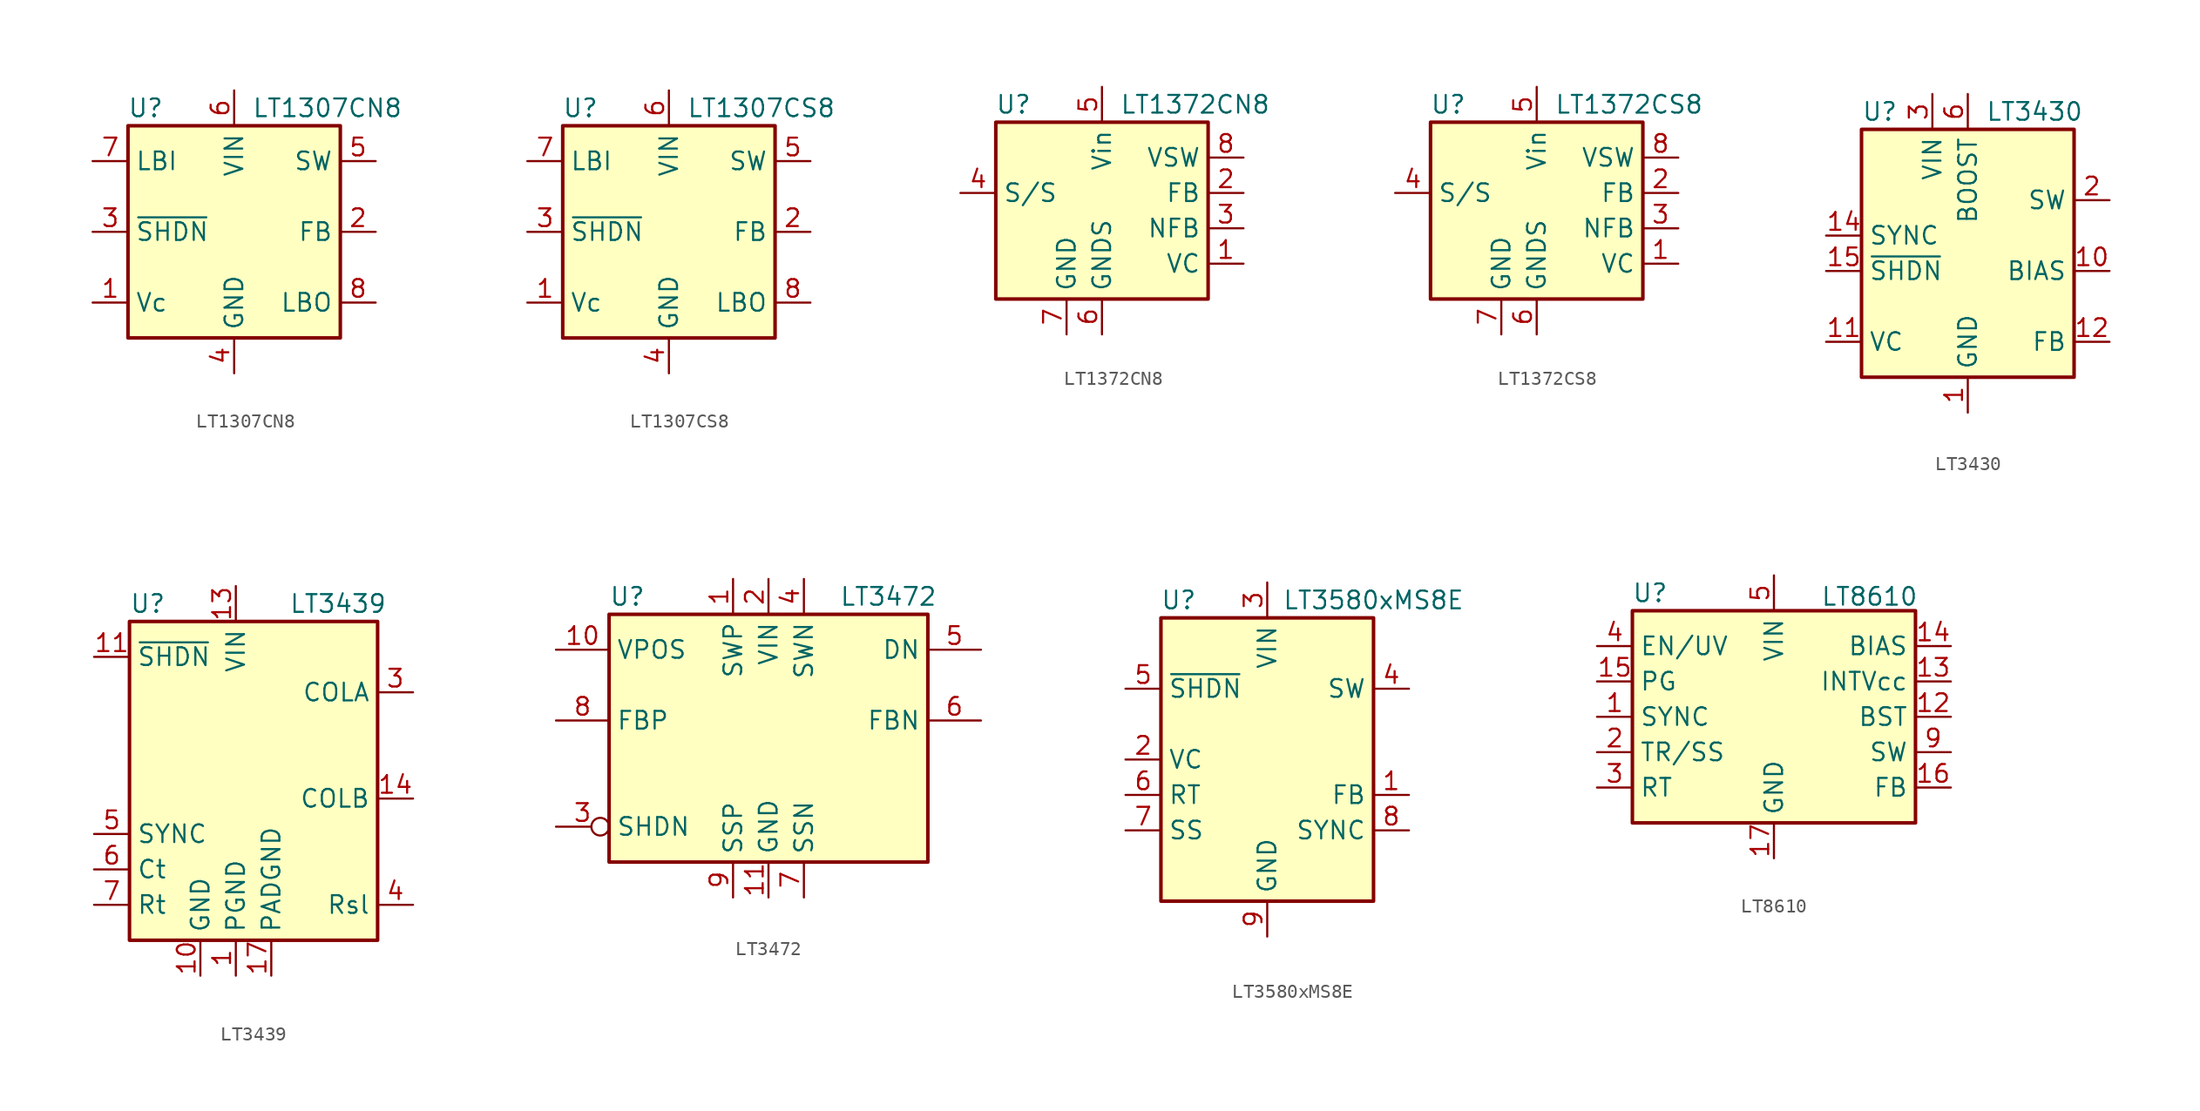
<source format=kicad_sym>
(kicad_symbol_lib
  (version 20201005)
  (generator kicad_symbol_editor)
  (symbol "LT1307CN8"
    (property "Reference" "U"
      (at -6.35 8.89 0)
      (effects (font (size 1.27 1.27))))
    (property "Value" "LT1307CN8"
      (at 1.27 8.89 0)
      (effects (font (size 1.27 1.27)) (justify left)))
    (symbol "LT1307CN8_0_1"
      (rectangle (start -7.62 -7.62) (end 7.62 7.62) (stroke (width 0.254)) (fill (type background))))
    (symbol "LT1307CN8_1_1"
      (pin input line (at -10.16 -5.08 0) (length 2.54) (name "Vc" (effects (font (size 1.27 1.27)))) (number "1" (effects (font (size 1.27 1.27)))))
      (pin input line (at 10.16 0 180) (length 2.54) (name "FB" (effects (font (size 1.27 1.27)))) (number "2" (effects (font (size 1.27 1.27)))))
      (pin input line (at -10.16 0 0) (length 2.54) (name "~SHDN" (effects (font (size 1.27 1.27)))) (number "3" (effects (font (size 1.27 1.27)))))
      (pin power_in line (at 0 -10.16 90) (length 2.54) (name "GND" (effects (font (size 1.27 1.27)))) (number "4" (effects (font (size 1.27 1.27)))))
      (pin open_collector line (at 10.16 5.08 180) (length 2.54) (name "SW" (effects (font (size 1.27 1.27)))) (number "5" (effects (font (size 1.27 1.27)))))
      (pin power_in line (at 0 10.16 270) (length 2.54) (name "VIN" (effects (font (size 1.27 1.27)))) (number "6" (effects (font (size 1.27 1.27)))))
      (pin input line (at -10.16 5.08 0) (length 2.54) (name "LBI" (effects (font (size 1.27 1.27)))) (number "7" (effects (font (size 1.27 1.27)))))
      (pin output line (at 10.16 -5.08 180) (length 2.54) (name "LBO" (effects (font (size 1.27 1.27)))) (number "8" (effects (font (size 1.27 1.27)))))))
  (symbol "LT1307CS8"
    (property "Reference" "U"
      (at -6.35 8.89 0)
      (effects (font (size 1.27 1.27))))
    (property "Value" "LT1307CS8"
      (at 1.27 8.89 0)
      (effects (font (size 1.27 1.27)) (justify left)))
    (symbol "LT1307CS8_0_1"
      (rectangle (start -7.62 -7.62) (end 7.62 7.62) (stroke (width 0.254)) (fill (type background))))
    (symbol "LT1307CS8_1_1"
      (pin input line (at -10.16 -5.08 0) (length 2.54) (name "Vc" (effects (font (size 1.27 1.27)))) (number "1" (effects (font (size 1.27 1.27)))))
      (pin input line (at 10.16 0 180) (length 2.54) (name "FB" (effects (font (size 1.27 1.27)))) (number "2" (effects (font (size 1.27 1.27)))))
      (pin input line (at -10.16 0 0) (length 2.54) (name "~SHDN" (effects (font (size 1.27 1.27)))) (number "3" (effects (font (size 1.27 1.27)))))
      (pin power_in line (at 0 -10.16 90) (length 2.54) (name "GND" (effects (font (size 1.27 1.27)))) (number "4" (effects (font (size 1.27 1.27)))))
      (pin open_collector line (at 10.16 5.08 180) (length 2.54) (name "SW" (effects (font (size 1.27 1.27)))) (number "5" (effects (font (size 1.27 1.27)))))
      (pin power_in line (at 0 10.16 270) (length 2.54) (name "VIN" (effects (font (size 1.27 1.27)))) (number "6" (effects (font (size 1.27 1.27)))))
      (pin input line (at -10.16 5.08 0) (length 2.54) (name "LBI" (effects (font (size 1.27 1.27)))) (number "7" (effects (font (size 1.27 1.27)))))
      (pin output line (at 10.16 -5.08 180) (length 2.54) (name "LBO" (effects (font (size 1.27 1.27)))) (number "8" (effects (font (size 1.27 1.27)))))))
  (symbol "LT1372CN8"
    (property "Reference" "U"
      (at -6.35 8.89 0)
      (effects (font (size 1.27 1.27))))
    (property "Value" "LT1372CN8"
      (at 1.27 8.89 0)
      (effects (font (size 1.27 1.27)) (justify left)))
    (symbol "LT1372CN8_0_1"
      (rectangle (start -7.62 7.62) (end 7.62 -5.08) (stroke (width 0.254)) (fill (type background))))
    (symbol "LT1372CN8_1_1"
      (pin passive line (at 10.16 -2.54 180) (length 2.54) (name "VC" (effects (font (size 1.27 1.27)))) (number "1" (effects (font (size 1.27 1.27)))))
      (pin passive line (at 10.16 2.54 180) (length 2.54) (name "FB" (effects (font (size 1.27 1.27)))) (number "2" (effects (font (size 1.27 1.27)))))
      (pin input line (at 10.16 0 180) (length 2.54) (name "NFB" (effects (font (size 1.27 1.27)))) (number "3" (effects (font (size 1.27 1.27)))))
      (pin input line (at -10.16 2.54 0) (length 2.54) (name "S/S" (effects (font (size 1.27 1.27)))) (number "4" (effects (font (size 1.27 1.27)))))
      (pin power_in line (at 0 10.16 270) (length 2.54) (name "Vin" (effects (font (size 1.27 1.27)))) (number "5" (effects (font (size 1.27 1.27)))))
      (pin power_in line (at 0 -7.62 90) (length 2.54) (name "GNDS" (effects (font (size 1.27 1.27)))) (number "6" (effects (font (size 1.27 1.27)))))
      (pin power_in line (at -2.54 -7.62 90) (length 2.54) (name "GND" (effects (font (size 1.27 1.27)))) (number "7" (effects (font (size 1.27 1.27)))))
      (pin output line (at 10.16 5.08 180) (length 2.54) (name "VSW" (effects (font (size 1.27 1.27)))) (number "8" (effects (font (size 1.27 1.27)))))))
  (symbol "LT1372CS8"
    (property "Reference" "U"
      (at -6.35 8.89 0)
      (effects (font (size 1.27 1.27))))
    (property "Value" "LT1372CS8"
      (at 1.27 8.89 0)
      (effects (font (size 1.27 1.27)) (justify left)))
    (symbol "LT1372CS8_0_1"
      (rectangle (start -7.62 7.62) (end 7.62 -5.08) (stroke (width 0.254)) (fill (type background))))
    (symbol "LT1372CS8_1_1"
      (pin passive line (at 10.16 -2.54 180) (length 2.54) (name "VC" (effects (font (size 1.27 1.27)))) (number "1" (effects (font (size 1.27 1.27)))))
      (pin passive line (at 10.16 2.54 180) (length 2.54) (name "FB" (effects (font (size 1.27 1.27)))) (number "2" (effects (font (size 1.27 1.27)))))
      (pin input line (at 10.16 0 180) (length 2.54) (name "NFB" (effects (font (size 1.27 1.27)))) (number "3" (effects (font (size 1.27 1.27)))))
      (pin input line (at -10.16 2.54 0) (length 2.54) (name "S/S" (effects (font (size 1.27 1.27)))) (number "4" (effects (font (size 1.27 1.27)))))
      (pin power_in line (at 0 10.16 270) (length 2.54) (name "Vin" (effects (font (size 1.27 1.27)))) (number "5" (effects (font (size 1.27 1.27)))))
      (pin power_in line (at 0 -7.62 90) (length 2.54) (name "GNDS" (effects (font (size 1.27 1.27)))) (number "6" (effects (font (size 1.27 1.27)))))
      (pin power_in line (at -2.54 -7.62 90) (length 2.54) (name "GND" (effects (font (size 1.27 1.27)))) (number "7" (effects (font (size 1.27 1.27)))))
      (pin output line (at 10.16 5.08 180) (length 2.54) (name "VSW" (effects (font (size 1.27 1.27)))) (number "8" (effects (font (size 1.27 1.27)))))))
  (symbol "LT3430"
    (property "Reference" "U"
      (at -7.62 8.89 0)
      (effects (font (size 1.27 1.27)) (justify left)))
    (property "Value" "LT3430"
      (at 1.27 8.89 0)
      (effects (font (size 1.27 1.27)) (justify left)))
    (symbol "LT3430_0_1"
      (rectangle (start -7.62 7.62) (end 7.62 -10.16) (stroke (width 0.254)) (fill (type background))))
    (symbol "LT3430_1_1"
      (pin power_in line (at 0 -12.7 90) (length 2.54) (name "GND" (effects (font (size 1.27 1.27)))) (number "1" (effects (font (size 1.27 1.27)))))
      (pin input line (at 10.16 -2.54 180) (length 2.54) (name "BIAS" (effects (font (size 1.27 1.27)))) (number "10" (effects (font (size 1.27 1.27)))))
      (pin input line (at -10.16 -7.62 0) (length 2.54) (name "VC" (effects (font (size 1.27 1.27)))) (number "11" (effects (font (size 1.27 1.27)))))
      (pin input line (at 10.16 -7.62 180) (length 2.54) (name "FB" (effects (font (size 1.27 1.27)))) (number "12" (effects (font (size 1.27 1.27)))))
      (pin input line (at -10.16 0 0) (length 2.54) (name "SYNC" (effects (font (size 1.27 1.27)))) (number "14" (effects (font (size 1.27 1.27)))))
      (pin input line (at -10.16 -2.54 0) (length 2.54) (name "~SHDN" (effects (font (size 1.27 1.27)))) (number "15" (effects (font (size 1.27 1.27)))))
      (pin passive line (at 0 -12.7 90) (length 2.54) hide (name "GND" (effects (font (size 1.27 1.27)))) (number "16" (effects (font (size 1.27 1.27)))))
      (pin passive line (at 0 -12.7 90) (length 2.54) hide (name "GND" (effects (font (size 1.27 1.27)))) (number "17" (effects (font (size 1.27 1.27)))))
      (pin output line (at 10.16 2.54 180) (length 2.54) (name "SW" (effects (font (size 1.27 1.27)))) (number "2" (effects (font (size 1.27 1.27)))))
      (pin power_in line (at -2.54 10.16 270) (length 2.54) (name "VIN" (effects (font (size 1.27 1.27)))) (number "3" (effects (font (size 1.27 1.27)))))
      (pin passive line (at -2.54 10.16 270) (length 2.54) hide (name "VIN" (effects (font (size 1.27 1.27)))) (number "4" (effects (font (size 1.27 1.27)))))
      (pin passive line (at 10.16 2.54 180) (length 2.54) hide (name "SW" (effects (font (size 1.27 1.27)))) (number "5" (effects (font (size 1.27 1.27)))))
      (pin input line (at 0 10.16 270) (length 2.54) (name "BOOST" (effects (font (size 1.27 1.27)))) (number "6" (effects (font (size 1.27 1.27)))))
      (pin passive line (at 0 -12.7 90) (length 2.54) hide (name "GND" (effects (font (size 1.27 1.27)))) (number "8" (effects (font (size 1.27 1.27)))))
      (pin passive line (at 0 -12.7 90) (length 2.54) hide (name "GND" (effects (font (size 1.27 1.27)))) (number "9" (effects (font (size 1.27 1.27)))))))
  (symbol "LT3439"
    (property "Reference" "U"
      (at -7.62 11.43 0)
      (effects (font (size 1.27 1.27)) (justify left)))
    (property "Value" "LT3439"
      (at 3.81 11.43 0)
      (effects (font (size 1.27 1.27)) (justify left)))
    (symbol "LT3439_0_1"
      (rectangle (start -7.62 10.16) (end 10.16 -12.7) (stroke (width 0.254)) (fill (type background))))
    (symbol "LT3439_1_1"
      (pin power_in line (at 0 -15.24 90) (length 2.54) (name "PGND" (effects (font (size 1.27 1.27)))) (number "1" (effects (font (size 1.27 1.27)))))
      (pin power_in line (at -2.54 -15.24 90) (length 2.54) (name "GND" (effects (font (size 1.27 1.27)))) (number "10" (effects (font (size 1.27 1.27)))))
      (pin input line (at -10.16 7.62 0) (length 2.54) (name "~SHDN~" (effects (font (size 1.27 1.27)))) (number "11" (effects (font (size 1.27 1.27)))))
      (pin no_connect line (at -7.62 -2.54 0) (length 2.54) hide (name "NC" (effects (font (size 1.27 1.27)))) (number "12" (effects (font (size 1.27 1.27)))))
      (pin power_in line (at 0 12.7 270) (length 2.54) (name "VIN" (effects (font (size 1.27 1.27)))) (number "13" (effects (font (size 1.27 1.27)))))
      (pin output line (at 12.7 -2.54 180) (length 2.54) (name "COLB" (effects (font (size 1.27 1.27)))) (number "14" (effects (font (size 1.27 1.27)))))
      (pin no_connect line (at 10.16 0 180) (length 2.54) hide (name "NC" (effects (font (size 1.27 1.27)))) (number "15" (effects (font (size 1.27 1.27)))))
      (pin passive line (at 0 -15.24 90) (length 2.54) hide (name "PGND" (effects (font (size 1.27 1.27)))) (number "16" (effects (font (size 1.27 1.27)))))
      (pin power_in line (at 2.54 -15.24 90) (length 2.54) (name "PADGND" (effects (font (size 1.27 1.27)))) (number "17" (effects (font (size 1.27 1.27)))))
      (pin no_connect line (at -7.62 5.08 0) (length 2.54) hide (name "NC" (effects (font (size 1.27 1.27)))) (number "2" (effects (font (size 1.27 1.27)))))
      (pin output line (at 12.7 5.08 180) (length 2.54) (name "COLA" (effects (font (size 1.27 1.27)))) (number "3" (effects (font (size 1.27 1.27)))))
      (pin passive line (at 12.7 -10.16 180) (length 2.54) (name "Rsl" (effects (font (size 1.27 1.27)))) (number "4" (effects (font (size 1.27 1.27)))))
      (pin passive line (at -10.16 -5.08 0) (length 2.54) (name "SYNC" (effects (font (size 1.27 1.27)))) (number "5" (effects (font (size 1.27 1.27)))))
      (pin passive line (at -10.16 -7.62 0) (length 2.54) (name "Ct" (effects (font (size 1.27 1.27)))) (number "6" (effects (font (size 1.27 1.27)))))
      (pin passive line (at -10.16 -10.16 0) (length 2.54) (name "Rt" (effects (font (size 1.27 1.27)))) (number "7" (effects (font (size 1.27 1.27)))))
      (pin no_connect line (at -7.62 2.54 0) (length 2.54) hide (name "NC" (effects (font (size 1.27 1.27)))) (number "8" (effects (font (size 1.27 1.27)))))
      (pin no_connect line (at -7.62 0 0) (length 2.54) hide (name "NC" (effects (font (size 1.27 1.27)))) (number "9" (effects (font (size 1.27 1.27)))))))
  (symbol "LT3472"
    (property "Reference" "U"
      (at -11.43 8.89 0)
      (effects (font (size 1.27 1.27)) (justify left)))
    (property "Value" "LT3472"
      (at 5.08 8.89 0)
      (effects (font (size 1.27 1.27)) (justify left)))
    (symbol "LT3472_0_1"
      (rectangle (start -11.43 7.62) (end 11.43 -10.16) (stroke (width 0.254)) (fill (type background))))
    (symbol "LT3472_1_1"
      (pin power_in line (at -2.54 10.16 270) (length 2.54) (name "SWP" (effects (font (size 1.27 1.27)))) (number "1" (effects (font (size 1.27 1.27)))))
      (pin output line (at -15.24 5.08 0) (length 3.81) (name "VPOS" (effects (font (size 1.27 1.27)))) (number "10" (effects (font (size 1.27 1.27)))))
      (pin power_in line (at 0 -12.7 90) (length 2.54) (name "GND" (effects (font (size 1.27 1.27)))) (number "11" (effects (font (size 1.27 1.27)))))
      (pin power_in line (at 0 10.16 270) (length 2.54) (name "VIN" (effects (font (size 1.27 1.27)))) (number "2" (effects (font (size 1.27 1.27)))))
      (pin input inverted (at -15.24 -7.62 0) (length 3.81) (name "SHDN" (effects (font (size 1.27 1.27)))) (number "3" (effects (font (size 1.27 1.27)))))
      (pin power_in line (at 2.54 10.16 270) (length 2.54) (name "SWN" (effects (font (size 1.27 1.27)))) (number "4" (effects (font (size 1.27 1.27)))))
      (pin input line (at 15.24 5.08 180) (length 3.81) (name "DN" (effects (font (size 1.27 1.27)))) (number "5" (effects (font (size 1.27 1.27)))))
      (pin input line (at 15.24 0 180) (length 3.81) (name "FBN" (effects (font (size 1.27 1.27)))) (number "6" (effects (font (size 1.27 1.27)))))
      (pin power_in line (at 2.54 -12.7 90) (length 2.54) (name "SSN" (effects (font (size 1.27 1.27)))) (number "7" (effects (font (size 1.27 1.27)))))
      (pin input line (at -15.24 0 0) (length 3.81) (name "FBP" (effects (font (size 1.27 1.27)))) (number "8" (effects (font (size 1.27 1.27)))))
      (pin power_in line (at -2.54 -12.7 90) (length 2.54) (name "SSP" (effects (font (size 1.27 1.27)))) (number "9" (effects (font (size 1.27 1.27)))))))
  (symbol "LT3580xMS8E"
    (property "Reference" "U"
      (at -6.35 11.43 0)
      (effects (font (size 1.27 1.27))))
    (property "Value" "LT3580xMS8E"
      (at 7.62 11.43 0)
      (effects (font (size 1.27 1.27))))
    (symbol "LT3580xMS8E_0_1"
      (rectangle (start -7.62 10.16) (end 7.62 -10.16) (stroke (width 0.254)) (fill (type background))))
    (symbol "LT3580xMS8E_1_1"
      (pin input line (at 10.16 -2.54 180) (length 2.54) (name "FB" (effects (font (size 1.27 1.27)))) (number "1" (effects (font (size 1.27 1.27)))))
      (pin passive line (at -10.16 0 0) (length 2.54) (name "VC" (effects (font (size 1.27 1.27)))) (number "2" (effects (font (size 1.27 1.27)))))
      (pin power_in line (at 0 12.7 270) (length 2.54) (name "VIN" (effects (font (size 1.27 1.27)))) (number "3" (effects (font (size 1.27 1.27)))))
      (pin open_collector line (at 10.16 5.08 180) (length 2.54) (name "SW" (effects (font (size 1.27 1.27)))) (number "4" (effects (font (size 1.27 1.27)))))
      (pin input line (at -10.16 5.08 0) (length 2.54) (name "~SHDN" (effects (font (size 1.27 1.27)))) (number "5" (effects (font (size 1.27 1.27)))))
      (pin passive line (at -10.16 -2.54 0) (length 2.54) (name "RT" (effects (font (size 1.27 1.27)))) (number "6" (effects (font (size 1.27 1.27)))))
      (pin passive line (at -10.16 -5.08 0) (length 2.54) (name "SS" (effects (font (size 1.27 1.27)))) (number "7" (effects (font (size 1.27 1.27)))))
      (pin input line (at 10.16 -5.08 180) (length 2.54) (name "SYNC" (effects (font (size 1.27 1.27)))) (number "8" (effects (font (size 1.27 1.27)))))
      (pin power_in line (at 0 -12.7 90) (length 2.54) (name "GND" (effects (font (size 1.27 1.27)))) (number "9" (effects (font (size 1.27 1.27)))))))
  (symbol "LT8610"
    (property "Reference" "U"
      (at -8.89 8.89 0)
      (effects (font (size 1.27 1.27))))
    (property "Value" "LT8610"
      (at 6.858 8.636 0)
      (effects (font (size 1.27 1.27))))
    (symbol "LT8610_0_1"
      (rectangle (start -10.16 7.62) (end 10.16 -7.62) (stroke (width 0.254)) (fill (type background))))
    (symbol "LT8610_1_1"
      (pin input line (at -12.7 0 0) (length 2.54) (name "SYNC" (effects (font (size 1.27 1.27)))) (number "1" (effects (font (size 1.27 1.27)))))
      (pin passive line (at 12.7 -2.54 180) (length 2.54) hide (name "SW" (effects (font (size 1.27 1.27)))) (number "10" (effects (font (size 1.27 1.27)))))
      (pin passive line (at 12.7 -2.54 180) (length 2.54) hide (name "SW" (effects (font (size 1.27 1.27)))) (number "11" (effects (font (size 1.27 1.27)))))
      (pin input line (at 12.7 0 180) (length 2.54) (name "BST" (effects (font (size 1.27 1.27)))) (number "12" (effects (font (size 1.27 1.27)))))
      (pin passive line (at 12.7 2.54 180) (length 2.54) (name "INTVcc" (effects (font (size 1.27 1.27)))) (number "13" (effects (font (size 1.27 1.27)))))
      (pin input line (at 12.7 5.08 180) (length 2.54) (name "BIAS" (effects (font (size 1.27 1.27)))) (number "14" (effects (font (size 1.27 1.27)))))
      (pin open_collector line (at -12.7 2.54 0) (length 2.54) (name "PG" (effects (font (size 1.27 1.27)))) (number "15" (effects (font (size 1.27 1.27)))))
      (pin input line (at 12.7 -5.08 180) (length 2.54) (name "FB" (effects (font (size 1.27 1.27)))) (number "16" (effects (font (size 1.27 1.27)))))
      (pin power_out line (at 0 -10.16 90) (length 2.54) (name "GND" (effects (font (size 1.27 1.27)))) (number "17" (effects (font (size 1.27 1.27)))))
      (pin input line (at -12.7 -2.54 0) (length 2.54) (name "TR/SS" (effects (font (size 1.27 1.27)))) (number "2" (effects (font (size 1.27 1.27)))))
      (pin passive line (at -12.7 -5.08 0) (length 2.54) (name "RT" (effects (font (size 1.27 1.27)))) (number "3" (effects (font (size 1.27 1.27)))))
      (pin input line (at -12.7 5.08 0) (length 2.54) (name "EN/UV" (effects (font (size 1.27 1.27)))) (number "4" (effects (font (size 1.27 1.27)))))
      (pin power_in line (at 0 10.16 270) (length 2.54) (name "VIN" (effects (font (size 1.27 1.27)))) (number "5" (effects (font (size 1.27 1.27)))))
      (pin passive line (at 0 10.16 270) (length 2.54) hide (name "VIN" (effects (font (size 1.27 1.27)))) (number "6" (effects (font (size 1.27 1.27)))))
      (pin passive line (at 0 -10.16 90) (length 2.54) hide (name "GND" (effects (font (size 1.27 1.27)))) (number "7" (effects (font (size 1.27 1.27)))))
      (pin passive line (at 0 -10.16 90) (length 2.54) hide (name "GND" (effects (font (size 1.27 1.27)))) (number "8" (effects (font (size 1.27 1.27)))))
      (pin output line (at 12.7 -2.54 180) (length 2.54) (name "SW" (effects (font (size 1.27 1.27)))) (number "9" (effects (font (size 1.27 1.27))))))))
</source>
